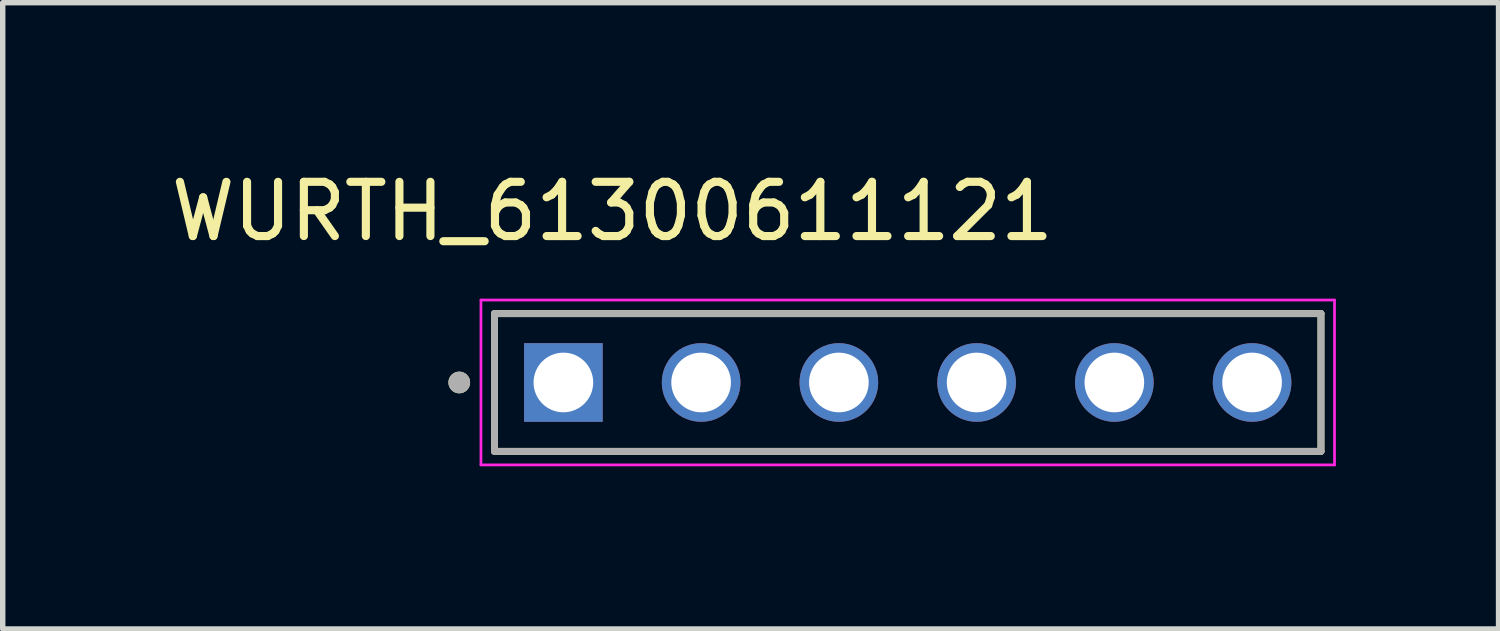
<source format=kicad_pcb>
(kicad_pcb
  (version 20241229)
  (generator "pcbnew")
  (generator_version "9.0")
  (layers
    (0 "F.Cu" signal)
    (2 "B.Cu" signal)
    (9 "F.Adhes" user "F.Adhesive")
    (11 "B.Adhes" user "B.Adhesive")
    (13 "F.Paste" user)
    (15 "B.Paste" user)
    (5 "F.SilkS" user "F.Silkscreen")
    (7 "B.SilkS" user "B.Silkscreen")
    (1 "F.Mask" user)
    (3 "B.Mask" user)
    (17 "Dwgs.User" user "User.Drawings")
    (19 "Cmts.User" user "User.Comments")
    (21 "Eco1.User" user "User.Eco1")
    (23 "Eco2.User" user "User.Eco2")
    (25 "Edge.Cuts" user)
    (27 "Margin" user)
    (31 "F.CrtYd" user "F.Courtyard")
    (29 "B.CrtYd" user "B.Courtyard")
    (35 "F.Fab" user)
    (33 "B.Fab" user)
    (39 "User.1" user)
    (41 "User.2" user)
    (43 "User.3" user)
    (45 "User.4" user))
  (footprint "WURTH_61300611121"
    (layer "F.Cu")
    (at 13.689 4.003)
    (property "Reference" "WURTH_61300611121" (at -5.445 -3.155 0) (layer "F.SilkS") (effects (font (size 1 1) (thickness 0.15))))
    (attr through_hole)
    (fp_line (start -7.62 1.27) (end -7.62 -1.27) (stroke (width 0.127) (type solid)) (layer "F.SilkS"))
    (fp_line (start 7.62 -1.27) (end -7.62 -1.27) (stroke (width 0.127) (type solid)) (layer "F.SilkS"))
    (fp_line (start 7.62 -1.27) (end 7.62 1.27) (stroke (width 0.127) (type solid)) (layer "F.SilkS"))
    (fp_line (start 7.62 1.27) (end -7.62 1.27) (stroke (width 0.127) (type solid)) (layer "F.SilkS"))
    (fp_circle (center -8.27 0) (end -8.17 0) (stroke (width 0.2) (type solid)) (fill no) (layer "F.SilkS"))
    (fp_line (start -7.87 -1.52) (end 7.87 -1.52) (stroke (width 0.05) (type solid)) (layer "F.CrtYd"))
    (fp_line (start -7.87 1.52) (end -7.87 -1.52) (stroke (width 0.05) (type solid)) (layer "F.CrtYd"))
    (fp_line (start 7.87 -1.52) (end 7.87 1.52) (stroke (width 0.05) (type solid)) (layer "F.CrtYd"))
    (fp_line (start 7.87 1.52) (end -7.87 1.52) (stroke (width 0.05) (type solid)) (layer "F.CrtYd"))
    (fp_line (start -7.62 -1.27) (end 7.62 -1.27) (stroke (width 0.127) (type solid)) (layer "F.Fab"))
    (fp_line (start -7.62 1.27) (end -7.62 -1.27) (stroke (width 0.127) (type solid)) (layer "F.Fab"))
    (fp_line (start 7.62 -1.27) (end 7.62 1.27) (stroke (width 0.127) (type solid)) (layer "F.Fab"))
    (fp_line (start 7.62 1.27) (end -7.62 1.27) (stroke (width 0.127) (type solid)) (layer "F.Fab"))
    (fp_circle (center -8.27 0) (end -8.17 0) (stroke (width 0.2) (type solid)) (fill no) (layer "F.Fab"))
    (pad "01" thru_hole rect (at -6.35 0) (size 1.45 1.45) (drill 1.1) (layers "*.Cu" "*.Mask"))
    (pad "02" thru_hole circle (at -3.81 0) (size 1.45 1.45) (drill 1.1) (layers "*.Cu" "*.Mask"))
    (pad "03" thru_hole circle (at -1.27 0) (size 1.45 1.45) (drill 1.1) (layers "*.Cu" "*.Mask"))
    (pad "04" thru_hole circle (at 1.27 0) (size 1.45 1.45) (drill 1.1) (layers "*.Cu" "*.Mask"))
    (pad "05" thru_hole circle (at 3.81 0) (size 1.45 1.45) (drill 1.1) (layers "*.Cu" "*.Mask"))
    (pad "06" thru_hole circle (at 6.35 0) (size 1.45 1.45) (drill 1.1) (layers "*.Cu" "*.Mask")))
  (gr_rect
    (start -3 -3)
    (end 24.584 8.548)
    (stroke (width 0.1) (type default))
    (fill no)
    (layer "Edge.Cuts")))
</source>
